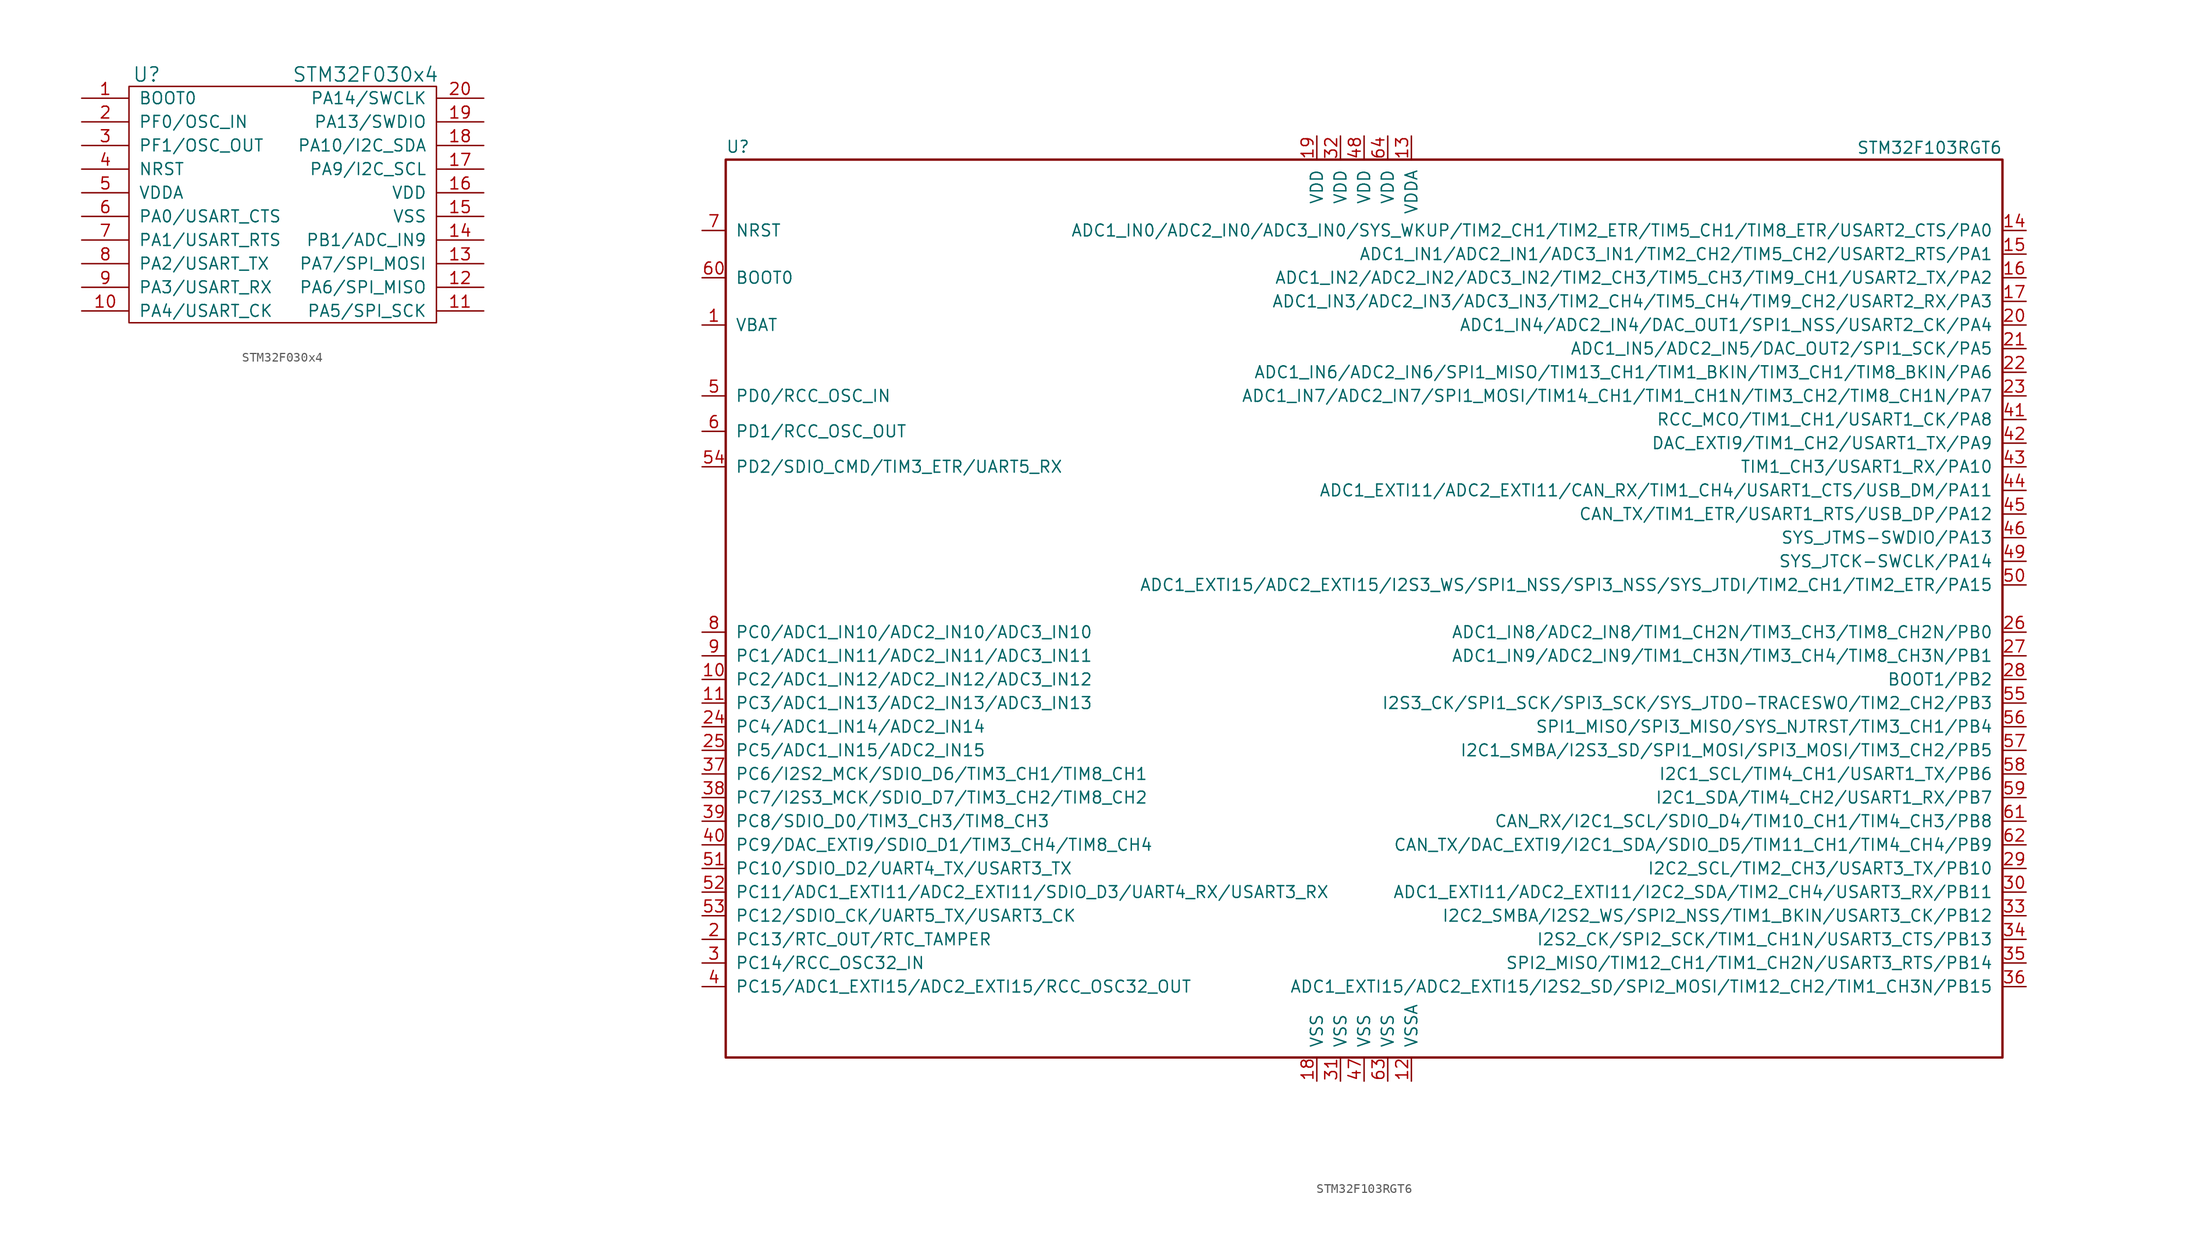
<source format=kicad_sym>
(kicad_symbol_lib
  (version 20220914)
  (generator kicad_symbol_editor)
  (symbol "STM32F030x4"
    (pin_names
      (offset 1.016))
    (property "Reference" "U"
      (at -14.605 13.97 0)
      (effects (font (size 1.524 1.524))))
    (property "Value" "STM32F030x4"
      (at 8.89 13.97 0)
      (effects (font (size 1.524 1.524))))
    (property "Footprint" ""
      (at 2.54 -1.27 0)
      (effects (font (size 1.524 1.524))))
    (property "Datasheet" ""
      (at 2.54 -1.27 0)
      (effects (font (size 1.524 1.524))))
    (symbol "STM32F030x4_0_1"
      (rectangle (start -16.51 12.7) (end 16.51 -12.7) (stroke (width 0) (type default)) (fill (type none))))
    (symbol "STM32F030x4_1_1"
      (pin bidirectional line (at -21.59 11.43 0) (length 5.08) (name "BOOT0" (effects (font (size 1.27 1.27)))) (number "1" (effects (font (size 1.27 1.27)))))
      (pin bidirectional line (at -21.59 -11.43 0) (length 5.08) (name "PA4/USART_CK" (effects (font (size 1.27 1.27)))) (number "10" (effects (font (size 1.27 1.27)))))
      (pin bidirectional line (at 21.59 -11.43 180) (length 5.08) (name "PA5/SPI_SCK" (effects (font (size 1.27 1.27)))) (number "11" (effects (font (size 1.27 1.27)))))
      (pin bidirectional line (at 21.59 -8.89 180) (length 5.08) (name "PA6/SPI_MISO" (effects (font (size 1.27 1.27)))) (number "12" (effects (font (size 1.27 1.27)))))
      (pin bidirectional line (at 21.59 -6.35 180) (length 5.08) (name "PA7/SPI_MOSI" (effects (font (size 1.27 1.27)))) (number "13" (effects (font (size 1.27 1.27)))))
      (pin bidirectional line (at 21.59 -3.81 180) (length 5.08) (name "PB1/ADC_IN9" (effects (font (size 1.27 1.27)))) (number "14" (effects (font (size 1.27 1.27)))))
      (pin bidirectional line (at 21.59 -1.27 180) (length 5.08) (name "VSS" (effects (font (size 1.27 1.27)))) (number "15" (effects (font (size 1.27 1.27)))))
      (pin bidirectional line (at 21.59 1.27 180) (length 5.08) (name "VDD" (effects (font (size 1.27 1.27)))) (number "16" (effects (font (size 1.27 1.27)))))
      (pin bidirectional line (at 21.59 3.81 180) (length 5.08) (name "PA9/I2C_SCL" (effects (font (size 1.27 1.27)))) (number "17" (effects (font (size 1.27 1.27)))))
      (pin bidirectional line (at 21.59 6.35 180) (length 5.08) (name "PA10/I2C_SDA" (effects (font (size 1.27 1.27)))) (number "18" (effects (font (size 1.27 1.27)))))
      (pin bidirectional line (at 21.59 8.89 180) (length 5.08) (name "PA13/SWDIO" (effects (font (size 1.27 1.27)))) (number "19" (effects (font (size 1.27 1.27)))))
      (pin bidirectional line (at -21.59 8.89 0) (length 5.08) (name "PF0/OSC_IN" (effects (font (size 1.27 1.27)))) (number "2" (effects (font (size 1.27 1.27)))))
      (pin bidirectional line (at 21.59 11.43 180) (length 5.08) (name "PA14/SWCLK" (effects (font (size 1.27 1.27)))) (number "20" (effects (font (size 1.27 1.27)))))
      (pin bidirectional line (at -21.59 6.35 0) (length 5.08) (name "PF1/OSC_OUT" (effects (font (size 1.27 1.27)))) (number "3" (effects (font (size 1.27 1.27)))))
      (pin bidirectional line (at -21.59 3.81 0) (length 5.08) (name "NRST" (effects (font (size 1.27 1.27)))) (number "4" (effects (font (size 1.27 1.27)))))
      (pin bidirectional line (at -21.59 1.27 0) (length 5.08) (name "VDDA" (effects (font (size 1.27 1.27)))) (number "5" (effects (font (size 1.27 1.27)))))
      (pin bidirectional line (at -21.59 -1.27 0) (length 5.08) (name "PA0/USART_CTS" (effects (font (size 1.27 1.27)))) (number "6" (effects (font (size 1.27 1.27)))))
      (pin bidirectional line (at -21.59 -3.81 0) (length 5.08) (name "PA1/USART_RTS" (effects (font (size 1.27 1.27)))) (number "7" (effects (font (size 1.27 1.27)))))
      (pin bidirectional line (at -21.59 -6.35 0) (length 5.08) (name "PA2/USART_TX" (effects (font (size 1.27 1.27)))) (number "8" (effects (font (size 1.27 1.27)))))
      (pin bidirectional line (at -21.59 -8.89 0) (length 5.08) (name "PA3/USART_RX" (effects (font (size 1.27 1.27)))) (number "9" (effects (font (size 1.27 1.27)))))))
  (symbol "STM32F103RGT6"
    (pin_names
      (offset 1.016))
    (property "Reference" "U"
      (at -68.58 48.895 0)
      (effects (font (size 1.27 1.27)) (justify left bottom)))
    (property "Value" "STM32F103RGT6"
      (at 68.58 49.53 0)
      (effects (font (size 1.27 1.27)) (justify right)))
    (symbol "STM32F103RGT6_0_1"
      (rectangle (start -68.58 -48.26) (end 68.58 48.26) (stroke (width 0.254) (type default)) (fill (type none))))
    (symbol "STM32F103RGT6_1_1"
      (pin power_in line (at -71.12 30.48 0) (length 2.54) (name "VBAT" (effects (font (size 1.27 1.27)))) (number "1" (effects (font (size 1.27 1.27)))))
      (pin bidirectional line (at -71.12 -7.62 0) (length 2.54) (name "PC2/ADC1_IN12/ADC2_IN12/ADC3_IN12" (effects (font (size 1.27 1.27)))) (number "10" (effects (font (size 1.27 1.27)))))
      (pin bidirectional line (at -71.12 -10.16 0) (length 2.54) (name "PC3/ADC1_IN13/ADC2_IN13/ADC3_IN13" (effects (font (size 1.27 1.27)))) (number "11" (effects (font (size 1.27 1.27)))))
      (pin power_in line (at 5.08 -50.8 90) (length 2.54) (name "VSSA" (effects (font (size 1.27 1.27)))) (number "12" (effects (font (size 1.27 1.27)))))
      (pin power_in line (at 5.08 50.8 270) (length 2.54) (name "VDDA" (effects (font (size 1.27 1.27)))) (number "13" (effects (font (size 1.27 1.27)))))
      (pin bidirectional line (at 71.12 40.64 180) (length 2.54) (name "ADC1_IN0/ADC2_IN0/ADC3_IN0/SYS_WKUP/TIM2_CH1/TIM2_ETR/TIM5_CH1/TIM8_ETR/USART2_CTS/PA0" (effects (font (size 1.27 1.27)))) (number "14" (effects (font (size 1.27 1.27)))))
      (pin bidirectional line (at 71.12 38.1 180) (length 2.54) (name "ADC1_IN1/ADC2_IN1/ADC3_IN1/TIM2_CH2/TIM5_CH2/USART2_RTS/PA1" (effects (font (size 1.27 1.27)))) (number "15" (effects (font (size 1.27 1.27)))))
      (pin bidirectional line (at 71.12 35.56 180) (length 2.54) (name "ADC1_IN2/ADC2_IN2/ADC3_IN2/TIM2_CH3/TIM5_CH3/TIM9_CH1/USART2_TX/PA2" (effects (font (size 1.27 1.27)))) (number "16" (effects (font (size 1.27 1.27)))))
      (pin bidirectional line (at 71.12 33.02 180) (length 2.54) (name "ADC1_IN3/ADC2_IN3/ADC3_IN3/TIM2_CH4/TIM5_CH4/TIM9_CH2/USART2_RX/PA3" (effects (font (size 1.27 1.27)))) (number "17" (effects (font (size 1.27 1.27)))))
      (pin power_in line (at -5.08 -50.8 90) (length 2.54) (name "VSS" (effects (font (size 1.27 1.27)))) (number "18" (effects (font (size 1.27 1.27)))))
      (pin power_in line (at -5.08 50.8 270) (length 2.54) (name "VDD" (effects (font (size 1.27 1.27)))) (number "19" (effects (font (size 1.27 1.27)))))
      (pin bidirectional line (at -71.12 -35.56 0) (length 2.54) (name "PC13/RTC_OUT/RTC_TAMPER" (effects (font (size 1.27 1.27)))) (number "2" (effects (font (size 1.27 1.27)))))
      (pin bidirectional line (at 71.12 30.48 180) (length 2.54) (name "ADC1_IN4/ADC2_IN4/DAC_OUT1/SPI1_NSS/USART2_CK/PA4" (effects (font (size 1.27 1.27)))) (number "20" (effects (font (size 1.27 1.27)))))
      (pin bidirectional line (at 71.12 27.94 180) (length 2.54) (name "ADC1_IN5/ADC2_IN5/DAC_OUT2/SPI1_SCK/PA5" (effects (font (size 1.27 1.27)))) (number "21" (effects (font (size 1.27 1.27)))))
      (pin bidirectional line (at 71.12 25.4 180) (length 2.54) (name "ADC1_IN6/ADC2_IN6/SPI1_MISO/TIM13_CH1/TIM1_BKIN/TIM3_CH1/TIM8_BKIN/PA6" (effects (font (size 1.27 1.27)))) (number "22" (effects (font (size 1.27 1.27)))))
      (pin bidirectional line (at 71.12 22.86 180) (length 2.54) (name "ADC1_IN7/ADC2_IN7/SPI1_MOSI/TIM14_CH1/TIM1_CH1N/TIM3_CH2/TIM8_CH1N/PA7" (effects (font (size 1.27 1.27)))) (number "23" (effects (font (size 1.27 1.27)))))
      (pin bidirectional line (at -71.12 -12.7 0) (length 2.54) (name "PC4/ADC1_IN14/ADC2_IN14" (effects (font (size 1.27 1.27)))) (number "24" (effects (font (size 1.27 1.27)))))
      (pin bidirectional line (at -71.12 -15.24 0) (length 2.54) (name "PC5/ADC1_IN15/ADC2_IN15" (effects (font (size 1.27 1.27)))) (number "25" (effects (font (size 1.27 1.27)))))
      (pin bidirectional line (at 71.12 -2.54 180) (length 2.54) (name "ADC1_IN8/ADC2_IN8/TIM1_CH2N/TIM3_CH3/TIM8_CH2N/PB0" (effects (font (size 1.27 1.27)))) (number "26" (effects (font (size 1.27 1.27)))))
      (pin bidirectional line (at 71.12 -5.08 180) (length 2.54) (name "ADC1_IN9/ADC2_IN9/TIM1_CH3N/TIM3_CH4/TIM8_CH3N/PB1" (effects (font (size 1.27 1.27)))) (number "27" (effects (font (size 1.27 1.27)))))
      (pin bidirectional line (at 71.12 -7.62 180) (length 2.54) (name "BOOT1/PB2" (effects (font (size 1.27 1.27)))) (number "28" (effects (font (size 1.27 1.27)))))
      (pin bidirectional line (at 71.12 -27.94 180) (length 2.54) (name "I2C2_SCL/TIM2_CH3/USART3_TX/PB10" (effects (font (size 1.27 1.27)))) (number "29" (effects (font (size 1.27 1.27)))))
      (pin bidirectional line (at -71.12 -38.1 0) (length 2.54) (name "PC14/RCC_OSC32_IN" (effects (font (size 1.27 1.27)))) (number "3" (effects (font (size 1.27 1.27)))))
      (pin bidirectional line (at 71.12 -30.48 180) (length 2.54) (name "ADC1_EXTI11/ADC2_EXTI11/I2C2_SDA/TIM2_CH4/USART3_RX/PB11" (effects (font (size 1.27 1.27)))) (number "30" (effects (font (size 1.27 1.27)))))
      (pin power_in line (at -2.54 -50.8 90) (length 2.54) (name "VSS" (effects (font (size 1.27 1.27)))) (number "31" (effects (font (size 1.27 1.27)))))
      (pin power_in line (at -2.54 50.8 270) (length 2.54) (name "VDD" (effects (font (size 1.27 1.27)))) (number "32" (effects (font (size 1.27 1.27)))))
      (pin bidirectional line (at 71.12 -33.02 180) (length 2.54) (name "I2C2_SMBA/I2S2_WS/SPI2_NSS/TIM1_BKIN/USART3_CK/PB12" (effects (font (size 1.27 1.27)))) (number "33" (effects (font (size 1.27 1.27)))))
      (pin bidirectional line (at 71.12 -35.56 180) (length 2.54) (name "I2S2_CK/SPI2_SCK/TIM1_CH1N/USART3_CTS/PB13" (effects (font (size 1.27 1.27)))) (number "34" (effects (font (size 1.27 1.27)))))
      (pin bidirectional line (at 71.12 -38.1 180) (length 2.54) (name "SPI2_MISO/TIM12_CH1/TIM1_CH2N/USART3_RTS/PB14" (effects (font (size 1.27 1.27)))) (number "35" (effects (font (size 1.27 1.27)))))
      (pin bidirectional line (at 71.12 -40.64 180) (length 2.54) (name "ADC1_EXTI15/ADC2_EXTI15/I2S2_SD/SPI2_MOSI/TIM12_CH2/TIM1_CH3N/PB15" (effects (font (size 1.27 1.27)))) (number "36" (effects (font (size 1.27 1.27)))))
      (pin bidirectional line (at -71.12 -17.78 0) (length 2.54) (name "PC6/I2S2_MCK/SDIO_D6/TIM3_CH1/TIM8_CH1" (effects (font (size 1.27 1.27)))) (number "37" (effects (font (size 1.27 1.27)))))
      (pin bidirectional line (at -71.12 -20.32 0) (length 2.54) (name "PC7/I2S3_MCK/SDIO_D7/TIM3_CH2/TIM8_CH2" (effects (font (size 1.27 1.27)))) (number "38" (effects (font (size 1.27 1.27)))))
      (pin bidirectional line (at -71.12 -22.86 0) (length 2.54) (name "PC8/SDIO_D0/TIM3_CH3/TIM8_CH3" (effects (font (size 1.27 1.27)))) (number "39" (effects (font (size 1.27 1.27)))))
      (pin bidirectional line (at -71.12 -40.64 0) (length 2.54) (name "PC15/ADC1_EXTI15/ADC2_EXTI15/RCC_OSC32_OUT" (effects (font (size 1.27 1.27)))) (number "4" (effects (font (size 1.27 1.27)))))
      (pin bidirectional line (at -71.12 -25.4 0) (length 2.54) (name "PC9/DAC_EXTI9/SDIO_D1/TIM3_CH4/TIM8_CH4" (effects (font (size 1.27 1.27)))) (number "40" (effects (font (size 1.27 1.27)))))
      (pin bidirectional line (at 71.12 20.32 180) (length 2.54) (name "RCC_MCO/TIM1_CH1/USART1_CK/PA8" (effects (font (size 1.27 1.27)))) (number "41" (effects (font (size 1.27 1.27)))))
      (pin bidirectional line (at 71.12 17.78 180) (length 2.54) (name "DAC_EXTI9/TIM1_CH2/USART1_TX/PA9" (effects (font (size 1.27 1.27)))) (number "42" (effects (font (size 1.27 1.27)))))
      (pin bidirectional line (at 71.12 15.24 180) (length 2.54) (name "TIM1_CH3/USART1_RX/PA10" (effects (font (size 1.27 1.27)))) (number "43" (effects (font (size 1.27 1.27)))))
      (pin bidirectional line (at 71.12 12.7 180) (length 2.54) (name "ADC1_EXTI11/ADC2_EXTI11/CAN_RX/TIM1_CH4/USART1_CTS/USB_DM/PA11" (effects (font (size 1.27 1.27)))) (number "44" (effects (font (size 1.27 1.27)))))
      (pin bidirectional line (at 71.12 10.16 180) (length 2.54) (name "CAN_TX/TIM1_ETR/USART1_RTS/USB_DP/PA12" (effects (font (size 1.27 1.27)))) (number "45" (effects (font (size 1.27 1.27)))))
      (pin bidirectional line (at 71.12 7.62 180) (length 2.54) (name "SYS_JTMS-SWDIO/PA13" (effects (font (size 1.27 1.27)))) (number "46" (effects (font (size 1.27 1.27)))))
      (pin power_in line (at 0 -50.8 90) (length 2.54) (name "VSS" (effects (font (size 1.27 1.27)))) (number "47" (effects (font (size 1.27 1.27)))))
      (pin power_in line (at 0 50.8 270) (length 2.54) (name "VDD" (effects (font (size 1.27 1.27)))) (number "48" (effects (font (size 1.27 1.27)))))
      (pin bidirectional line (at 71.12 5.08 180) (length 2.54) (name "SYS_JTCK-SWCLK/PA14" (effects (font (size 1.27 1.27)))) (number "49" (effects (font (size 1.27 1.27)))))
      (pin input line (at -71.12 22.86 0) (length 2.54) (name "PD0/RCC_OSC_IN" (effects (font (size 1.27 1.27)))) (number "5" (effects (font (size 1.27 1.27)))))
      (pin bidirectional line (at 71.12 2.54 180) (length 2.54) (name "ADC1_EXTI15/ADC2_EXTI15/I2S3_WS/SPI1_NSS/SPI3_NSS/SYS_JTDI/TIM2_CH1/TIM2_ETR/PA15" (effects (font (size 1.27 1.27)))) (number "50" (effects (font (size 1.27 1.27)))))
      (pin bidirectional line (at -71.12 -27.94 0) (length 2.54) (name "PC10/SDIO_D2/UART4_TX/USART3_TX" (effects (font (size 1.27 1.27)))) (number "51" (effects (font (size 1.27 1.27)))))
      (pin bidirectional line (at -71.12 -30.48 0) (length 2.54) (name "PC11/ADC1_EXTI11/ADC2_EXTI11/SDIO_D3/UART4_RX/USART3_RX" (effects (font (size 1.27 1.27)))) (number "52" (effects (font (size 1.27 1.27)))))
      (pin bidirectional line (at -71.12 -33.02 0) (length 2.54) (name "PC12/SDIO_CK/UART5_TX/USART3_CK" (effects (font (size 1.27 1.27)))) (number "53" (effects (font (size 1.27 1.27)))))
      (pin bidirectional line (at -71.12 15.24 0) (length 2.54) (name "PD2/SDIO_CMD/TIM3_ETR/UART5_RX" (effects (font (size 1.27 1.27)))) (number "54" (effects (font (size 1.27 1.27)))))
      (pin bidirectional line (at 71.12 -10.16 180) (length 2.54) (name "I2S3_CK/SPI1_SCK/SPI3_SCK/SYS_JTDO-TRACESWO/TIM2_CH2/PB3" (effects (font (size 1.27 1.27)))) (number "55" (effects (font (size 1.27 1.27)))))
      (pin bidirectional line (at 71.12 -12.7 180) (length 2.54) (name "SPI1_MISO/SPI3_MISO/SYS_NJTRST/TIM3_CH1/PB4" (effects (font (size 1.27 1.27)))) (number "56" (effects (font (size 1.27 1.27)))))
      (pin bidirectional line (at 71.12 -15.24 180) (length 2.54) (name "I2C1_SMBA/I2S3_SD/SPI1_MOSI/SPI3_MOSI/TIM3_CH2/PB5" (effects (font (size 1.27 1.27)))) (number "57" (effects (font (size 1.27 1.27)))))
      (pin bidirectional line (at 71.12 -17.78 180) (length 2.54) (name "I2C1_SCL/TIM4_CH1/USART1_TX/PB6" (effects (font (size 1.27 1.27)))) (number "58" (effects (font (size 1.27 1.27)))))
      (pin bidirectional line (at 71.12 -20.32 180) (length 2.54) (name "I2C1_SDA/TIM4_CH2/USART1_RX/PB7" (effects (font (size 1.27 1.27)))) (number "59" (effects (font (size 1.27 1.27)))))
      (pin input line (at -71.12 19.05 0) (length 2.54) (name "PD1/RCC_OSC_OUT" (effects (font (size 1.27 1.27)))) (number "6" (effects (font (size 1.27 1.27)))))
      (pin input line (at -71.12 35.56 0) (length 2.54) (name "BOOT0" (effects (font (size 1.27 1.27)))) (number "60" (effects (font (size 1.27 1.27)))))
      (pin bidirectional line (at 71.12 -22.86 180) (length 2.54) (name "CAN_RX/I2C1_SCL/SDIO_D4/TIM10_CH1/TIM4_CH3/PB8" (effects (font (size 1.27 1.27)))) (number "61" (effects (font (size 1.27 1.27)))))
      (pin bidirectional line (at 71.12 -25.4 180) (length 2.54) (name "CAN_TX/DAC_EXTI9/I2C1_SDA/SDIO_D5/TIM11_CH1/TIM4_CH4/PB9" (effects (font (size 1.27 1.27)))) (number "62" (effects (font (size 1.27 1.27)))))
      (pin power_in line (at 2.54 -50.8 90) (length 2.54) (name "VSS" (effects (font (size 1.27 1.27)))) (number "63" (effects (font (size 1.27 1.27)))))
      (pin power_in line (at 2.54 50.8 270) (length 2.54) (name "VDD" (effects (font (size 1.27 1.27)))) (number "64" (effects (font (size 1.27 1.27)))))
      (pin input line (at -71.12 40.64 0) (length 2.54) (name "NRST" (effects (font (size 1.27 1.27)))) (number "7" (effects (font (size 1.27 1.27)))))
      (pin bidirectional line (at -71.12 -2.54 0) (length 2.54) (name "PC0/ADC1_IN10/ADC2_IN10/ADC3_IN10" (effects (font (size 1.27 1.27)))) (number "8" (effects (font (size 1.27 1.27)))))
      (pin bidirectional line (at -71.12 -5.08 0) (length 2.54) (name "PC1/ADC1_IN11/ADC2_IN11/ADC3_IN11" (effects (font (size 1.27 1.27)))) (number "9" (effects (font (size 1.27 1.27))))))))
</source>
